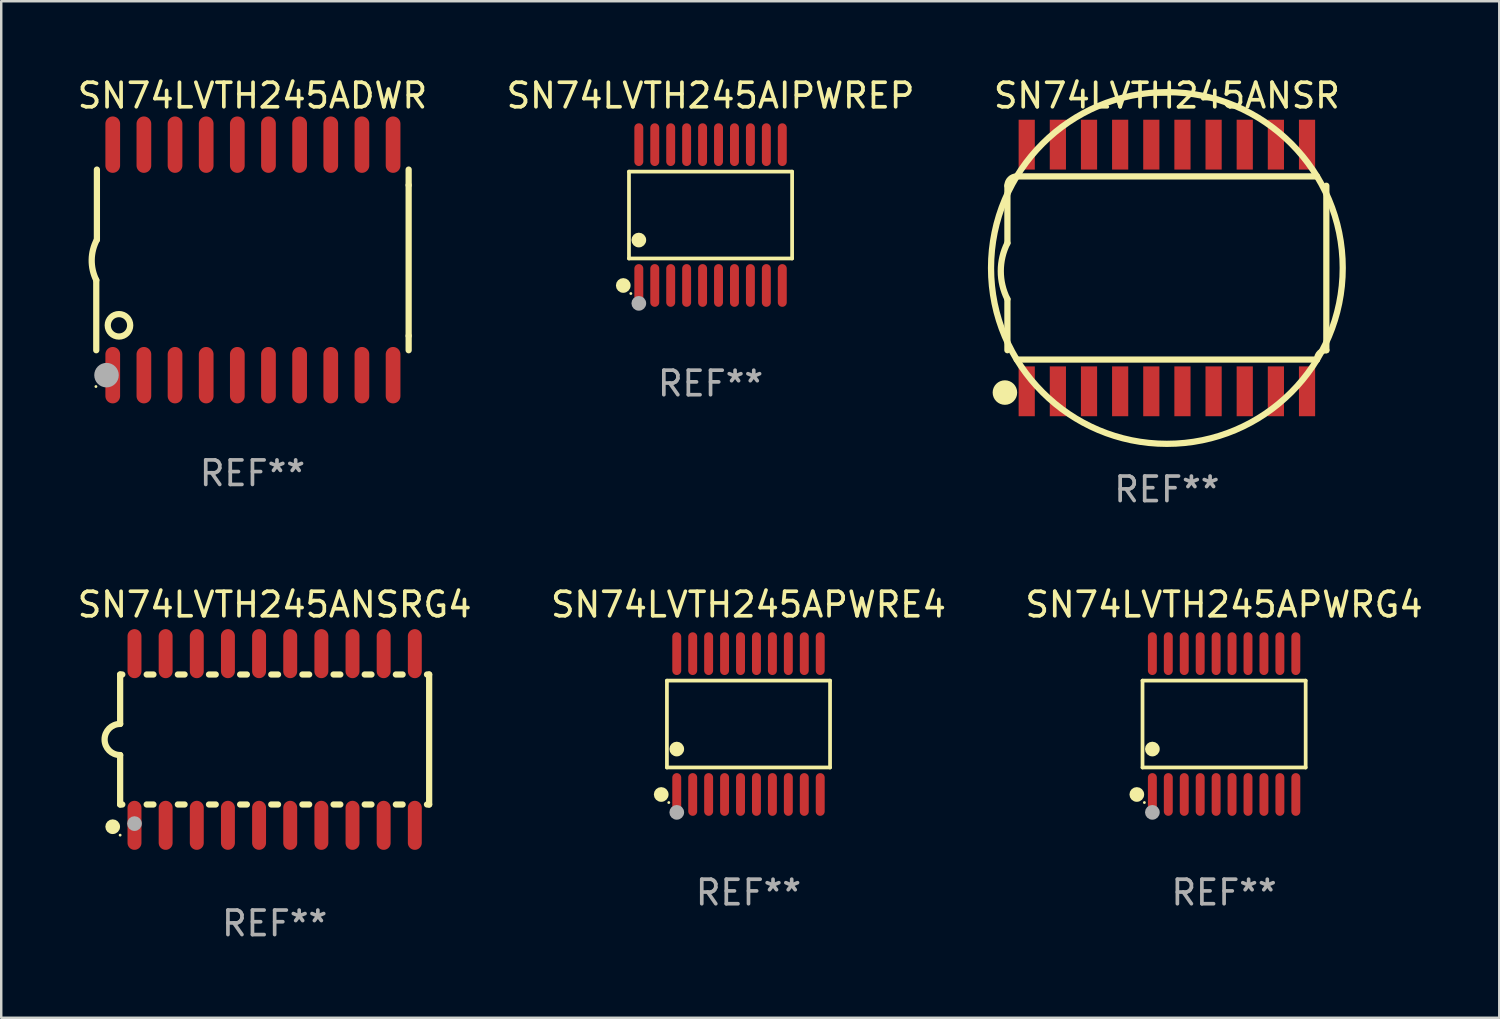
<source format=kicad_pcb>
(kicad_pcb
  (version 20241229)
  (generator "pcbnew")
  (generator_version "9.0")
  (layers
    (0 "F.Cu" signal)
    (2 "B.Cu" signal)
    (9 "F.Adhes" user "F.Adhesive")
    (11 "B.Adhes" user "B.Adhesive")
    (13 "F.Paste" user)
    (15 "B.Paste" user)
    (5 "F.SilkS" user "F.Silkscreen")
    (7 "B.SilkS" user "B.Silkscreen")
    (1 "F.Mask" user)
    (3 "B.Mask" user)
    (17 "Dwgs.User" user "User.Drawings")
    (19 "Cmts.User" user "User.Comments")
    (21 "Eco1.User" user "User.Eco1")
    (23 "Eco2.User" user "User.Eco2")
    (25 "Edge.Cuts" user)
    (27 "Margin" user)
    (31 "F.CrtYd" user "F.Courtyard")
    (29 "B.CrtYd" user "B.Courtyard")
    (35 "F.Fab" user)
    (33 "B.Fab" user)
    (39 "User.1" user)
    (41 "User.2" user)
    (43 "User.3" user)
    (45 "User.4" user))
  (footprint "SN74LVTH245ANSRG4"
    (layer "F.Cu")
    (at 8.149 27.103)
    (property "Reference" "SN74LVTH245ANSRG4" (at 0 -5.5 0) (layer "F.SilkS") (effects (font (size 1 1) (thickness 0.15))))
    (attr through_hole)
    (fp_line (start -6.3 -2.65) (end -6.3 -0.635) (stroke (width 0.254) (type solid)) (layer "F.SilkS"))
    (fp_line (start -6.3 -2.65) (end -6.212 -2.65) (stroke (width 0.254) (type solid)) (layer "F.SilkS"))
    (fp_line (start -6.3 2.65) (end -6.3 0.635) (stroke (width 0.254) (type solid)) (layer "F.SilkS"))
    (fp_line (start -6.3 2.65) (end -6.212 2.65) (stroke (width 0.254) (type solid)) (layer "F.SilkS"))
    (fp_line (start -5.218 -2.65) (end -4.942 -2.65) (stroke (width 0.254) (type solid)) (layer "F.SilkS"))
    (fp_line (start -5.218 2.65) (end -4.942 2.65) (stroke (width 0.254) (type solid)) (layer "F.SilkS"))
    (fp_line (start -3.948 -2.65) (end -3.672 -2.65) (stroke (width 0.254) (type solid)) (layer "F.SilkS"))
    (fp_line (start -3.948 2.65) (end -3.672 2.65) (stroke (width 0.254) (type solid)) (layer "F.SilkS"))
    (fp_line (start -2.678 -2.65) (end -2.402 -2.65) (stroke (width 0.254) (type solid)) (layer "F.SilkS"))
    (fp_line (start -2.678 2.65) (end -2.402 2.65) (stroke (width 0.254) (type solid)) (layer "F.SilkS"))
    (fp_line (start -1.408 -2.65) (end -1.132 -2.65) (stroke (width 0.254) (type solid)) (layer "F.SilkS"))
    (fp_line (start -1.408 2.65) (end -1.132 2.65) (stroke (width 0.254) (type solid)) (layer "F.SilkS"))
    (fp_line (start -0.138 -2.65) (end 0.138 -2.65) (stroke (width 0.254) (type solid)) (layer "F.SilkS"))
    (fp_line (start -0.138 2.65) (end 0.138 2.65) (stroke (width 0.254) (type solid)) (layer "F.SilkS"))
    (fp_line (start 1.132 -2.65) (end 1.408 -2.65) (stroke (width 0.254) (type solid)) (layer "F.SilkS"))
    (fp_line (start 1.132 2.65) (end 1.408 2.65) (stroke (width 0.254) (type solid)) (layer "F.SilkS"))
    (fp_line (start 2.402 -2.65) (end 2.678 -2.65) (stroke (width 0.254) (type solid)) (layer "F.SilkS"))
    (fp_line (start 2.402 2.65) (end 2.678 2.65) (stroke (width 0.254) (type solid)) (layer "F.SilkS"))
    (fp_line (start 3.672 -2.65) (end 3.948 -2.65) (stroke (width 0.254) (type solid)) (layer "F.SilkS"))
    (fp_line (start 3.672 2.65) (end 3.948 2.65) (stroke (width 0.254) (type solid)) (layer "F.SilkS"))
    (fp_line (start 4.942 -2.65) (end 5.218 -2.65) (stroke (width 0.254) (type solid)) (layer "F.SilkS"))
    (fp_line (start 4.942 2.65) (end 5.218 2.65) (stroke (width 0.254) (type solid)) (layer "F.SilkS"))
    (fp_line (start 6.212 -2.65) (end 6.3 -2.65) (stroke (width 0.254) (type solid)) (layer "F.SilkS"))
    (fp_line (start 6.212 2.65) (end 6.3 2.65) (stroke (width 0.254) (type solid)) (layer "F.SilkS"))
    (fp_line (start 6.3 -2.65) (end 6.3 2.65) (stroke (width 0.254) (type solid)) (layer "F.SilkS"))
    (fp_arc (start -6.299975 0.634874) (mid -6.933579 0.000127) (end -6.299213 -0.633858) (stroke (width 0.254001) (type solid)) (layer "F.SilkS"))
    (fp_circle (center -6.604 3.556) (end -6.454 3.556) (stroke (width 0.3) (type solid)) (fill no) (layer "F.SilkS"))
    (fp_circle (center -6.3 3.9) (end -6.27 3.9) (stroke (width 0.06) (type solid)) (fill no) (layer "F.SilkS"))
    (fp_circle (center -5.715 3.429) (end -5.565 3.429) (stroke (width 0.3) (type solid)) (fill no) (layer "F.Fab"))
    (fp_text user "REF**" (at 0 7.5 0) (layer "F.Fab") (effects (font (size 1 1) (thickness 0.15))))
    (pad "1" smd oval (at -5.715 3.5) (size 0.568 2) (layers "F.Cu" "F.Mask" "F.Paste"))
    (pad "2" smd oval (at -4.445 3.5) (size 0.568 2) (layers "F.Cu" "F.Mask" "F.Paste"))
    (pad "3" smd oval (at -3.175 3.5) (size 0.568 2) (layers "F.Cu" "F.Mask" "F.Paste"))
    (pad "4" smd oval (at -1.905 3.5) (size 0.568 2) (layers "F.Cu" "F.Mask" "F.Paste"))
    (pad "5" smd oval (at -0.635 3.5) (size 0.568 2) (layers "F.Cu" "F.Mask" "F.Paste"))
    (pad "6" smd oval (at 0.635 3.5) (size 0.568 2) (layers "F.Cu" "F.Mask" "F.Paste"))
    (pad "7" smd oval (at 1.905 3.5) (size 0.568 2) (layers "F.Cu" "F.Mask" "F.Paste"))
    (pad "8" smd oval (at 3.175 3.5) (size 0.568 2) (layers "F.Cu" "F.Mask" "F.Paste"))
    (pad "9" smd oval (at 4.445 3.5) (size 0.568 2) (layers "F.Cu" "F.Mask" "F.Paste"))
    (pad "10" smd oval (at 5.715 3.5) (size 0.568 2) (layers "F.Cu" "F.Mask" "F.Paste"))
    (pad "11" smd oval (at 5.715 -3.5) (size 0.568 2) (layers "F.Cu" "F.Mask" "F.Paste"))
    (pad "12" smd oval (at 4.445 -3.5) (size 0.568 2) (layers "F.Cu" "F.Mask" "F.Paste"))
    (pad "13" smd oval (at 3.175 -3.5) (size 0.568 2) (layers "F.Cu" "F.Mask" "F.Paste"))
    (pad "14" smd oval (at 1.905 -3.5) (size 0.568 2) (layers "F.Cu" "F.Mask" "F.Paste"))
    (pad "15" smd oval (at 0.635 -3.5) (size 0.568 2) (layers "F.Cu" "F.Mask" "F.Paste"))
    (pad "16" smd oval (at -0.635 -3.5) (size 0.568 2) (layers "F.Cu" "F.Mask" "F.Paste"))
    (pad "17" smd oval (at -1.905 -3.5) (size 0.568 2) (layers "F.Cu" "F.Mask" "F.Paste"))
    (pad "18" smd oval (at -3.175 -3.5) (size 0.568 2) (layers "F.Cu" "F.Mask" "F.Paste"))
    (pad "19" smd oval (at -4.445 -3.5) (size 0.568 2) (layers "F.Cu" "F.Mask" "F.Paste"))
    (pad "20" smd oval (at -5.715 -3.5) (size 0.568 2) (layers "F.Cu" "F.Mask" "F.Paste")))
  (footprint "SN74LVTH245APWRE4"
    (layer "F.Cu")
    (at 27.47 26.474)
    (property "Reference" "SN74LVTH245APWRE4" (at 0 -4.871 0) (layer "F.SilkS") (effects (font (size 1 1) (thickness 0.15))))
    (attr through_hole)
    (fp_line (start -3.326 -1.771) (end 3.326 -1.771) (stroke (width 0.152) (type solid)) (layer "F.SilkS"))
    (fp_line (start -3.326 1.771) (end -3.326 -1.771) (stroke (width 0.152) (type solid)) (layer "F.SilkS"))
    (fp_line (start 3.326 -1.771) (end 3.326 1.771) (stroke (width 0.152) (type solid)) (layer "F.SilkS"))
    (fp_line (start 3.326 1.771) (end -3.326 1.771) (stroke (width 0.152) (type solid)) (layer "F.SilkS"))
    (fp_circle (center -3.559 2.871) (end -3.409 2.871) (stroke (width 0.3) (type solid)) (fill no) (layer "F.SilkS"))
    (fp_circle (center -3.25 3.2) (end -3.22 3.2) (stroke (width 0.06) (type solid)) (fill no) (layer "F.SilkS"))
    (fp_circle (center -2.925 1.019) (end -2.775 1.019) (stroke (width 0.3) (type solid)) (fill no) (layer "F.SilkS"))
    (fp_circle (center -2.925 3.6) (end -2.775 3.6) (stroke (width 0.3) (type solid)) (fill no) (layer "F.Fab"))
    (fp_text user "REF**" (at 0 6.871 0) (layer "F.Fab") (effects (font (size 1 1) (thickness 0.15))))
    (pad "1" smd oval (at -2.925 2.871) (size 0.364 1.742) (layers "F.Cu" "F.Mask" "F.Paste"))
    (pad "2" smd oval (at -2.275 2.871) (size 0.364 1.742) (layers "F.Cu" "F.Mask" "F.Paste"))
    (pad "3" smd oval (at -1.625 2.871) (size 0.364 1.742) (layers "F.Cu" "F.Mask" "F.Paste"))
    (pad "4" smd oval (at -0.975 2.871) (size 0.364 1.742) (layers "F.Cu" "F.Mask" "F.Paste"))
    (pad "5" smd oval (at -0.325 2.871) (size 0.364 1.742) (layers "F.Cu" "F.Mask" "F.Paste"))
    (pad "6" smd oval (at 0.325 2.871) (size 0.364 1.742) (layers "F.Cu" "F.Mask" "F.Paste"))
    (pad "7" smd oval (at 0.975 2.871) (size 0.364 1.742) (layers "F.Cu" "F.Mask" "F.Paste"))
    (pad "8" smd oval (at 1.625 2.871) (size 0.364 1.742) (layers "F.Cu" "F.Mask" "F.Paste"))
    (pad "9" smd oval (at 2.275 2.871) (size 0.364 1.742) (layers "F.Cu" "F.Mask" "F.Paste"))
    (pad "10" smd oval (at 2.925 2.871) (size 0.364 1.742) (layers "F.Cu" "F.Mask" "F.Paste"))
    (pad "11" smd oval (at 2.925 -2.871) (size 0.364 1.742) (layers "F.Cu" "F.Mask" "F.Paste"))
    (pad "12" smd oval (at 2.275 -2.871) (size 0.364 1.742) (layers "F.Cu" "F.Mask" "F.Paste"))
    (pad "13" smd oval (at 1.625 -2.871) (size 0.364 1.742) (layers "F.Cu" "F.Mask" "F.Paste"))
    (pad "14" smd oval (at 0.975 -2.871) (size 0.364 1.742) (layers "F.Cu" "F.Mask" "F.Paste"))
    (pad "15" smd oval (at 0.325 -2.871) (size 0.364 1.742) (layers "F.Cu" "F.Mask" "F.Paste"))
    (pad "16" smd oval (at -0.325 -2.871) (size 0.364 1.742) (layers "F.Cu" "F.Mask" "F.Paste"))
    (pad "17" smd oval (at -0.975 -2.871) (size 0.364 1.742) (layers "F.Cu" "F.Mask" "F.Paste"))
    (pad "18" smd oval (at -1.625 -2.871) (size 0.364 1.742) (layers "F.Cu" "F.Mask" "F.Paste"))
    (pad "19" smd oval (at -2.275 -2.871) (size 0.364 1.742) (layers "F.Cu" "F.Mask" "F.Paste"))
    (pad "20" smd oval (at -2.925 -2.871) (size 0.364 1.742) (layers "F.Cu" "F.Mask" "F.Paste")))
  (footprint "SN74LVTH245APWRG4"
    (layer "F.Cu")
    (at 46.863 26.474)
    (property "Reference" "SN74LVTH245APWRG4" (at 0 -4.871 0) (layer "F.SilkS") (effects (font (size 1 1) (thickness 0.15))))
    (attr through_hole)
    (fp_line (start -3.326 -1.771) (end 3.326 -1.771) (stroke (width 0.152) (type solid)) (layer "F.SilkS"))
    (fp_line (start -3.326 1.771) (end -3.326 -1.771) (stroke (width 0.152) (type solid)) (layer "F.SilkS"))
    (fp_line (start 3.326 -1.771) (end 3.326 1.771) (stroke (width 0.152) (type solid)) (layer "F.SilkS"))
    (fp_line (start 3.326 1.771) (end -3.326 1.771) (stroke (width 0.152) (type solid)) (layer "F.SilkS"))
    (fp_circle (center -3.559 2.871) (end -3.409 2.871) (stroke (width 0.3) (type solid)) (fill no) (layer "F.SilkS"))
    (fp_circle (center -3.25 3.2) (end -3.22 3.2) (stroke (width 0.06) (type solid)) (fill no) (layer "F.SilkS"))
    (fp_circle (center -2.925 1.019) (end -2.775 1.019) (stroke (width 0.3) (type solid)) (fill no) (layer "F.SilkS"))
    (fp_circle (center -2.925 3.6) (end -2.775 3.6) (stroke (width 0.3) (type solid)) (fill no) (layer "F.Fab"))
    (fp_text user "REF**" (at 0 6.871 0) (layer "F.Fab") (effects (font (size 1 1) (thickness 0.15))))
    (pad "1" smd oval (at -2.925 2.871) (size 0.364 1.742) (layers "F.Cu" "F.Mask" "F.Paste"))
    (pad "2" smd oval (at -2.275 2.871) (size 0.364 1.742) (layers "F.Cu" "F.Mask" "F.Paste"))
    (pad "3" smd oval (at -1.625 2.871) (size 0.364 1.742) (layers "F.Cu" "F.Mask" "F.Paste"))
    (pad "4" smd oval (at -0.975 2.871) (size 0.364 1.742) (layers "F.Cu" "F.Mask" "F.Paste"))
    (pad "5" smd oval (at -0.325 2.871) (size 0.364 1.742) (layers "F.Cu" "F.Mask" "F.Paste"))
    (pad "6" smd oval (at 0.325 2.871) (size 0.364 1.742) (layers "F.Cu" "F.Mask" "F.Paste"))
    (pad "7" smd oval (at 0.975 2.871) (size 0.364 1.742) (layers "F.Cu" "F.Mask" "F.Paste"))
    (pad "8" smd oval (at 1.625 2.871) (size 0.364 1.742) (layers "F.Cu" "F.Mask" "F.Paste"))
    (pad "9" smd oval (at 2.275 2.871) (size 0.364 1.742) (layers "F.Cu" "F.Mask" "F.Paste"))
    (pad "10" smd oval (at 2.925 2.871) (size 0.364 1.742) (layers "F.Cu" "F.Mask" "F.Paste"))
    (pad "11" smd oval (at 2.925 -2.871) (size 0.364 1.742) (layers "F.Cu" "F.Mask" "F.Paste"))
    (pad "12" smd oval (at 2.275 -2.871) (size 0.364 1.742) (layers "F.Cu" "F.Mask" "F.Paste"))
    (pad "13" smd oval (at 1.625 -2.871) (size 0.364 1.742) (layers "F.Cu" "F.Mask" "F.Paste"))
    (pad "14" smd oval (at 0.975 -2.871) (size 0.364 1.742) (layers "F.Cu" "F.Mask" "F.Paste"))
    (pad "15" smd oval (at 0.325 -2.871) (size 0.364 1.742) (layers "F.Cu" "F.Mask" "F.Paste"))
    (pad "16" smd oval (at -0.325 -2.871) (size 0.364 1.742) (layers "F.Cu" "F.Mask" "F.Paste"))
    (pad "17" smd oval (at -0.975 -2.871) (size 0.364 1.742) (layers "F.Cu" "F.Mask" "F.Paste"))
    (pad "18" smd oval (at -1.625 -2.871) (size 0.364 1.742) (layers "F.Cu" "F.Mask" "F.Paste"))
    (pad "19" smd oval (at -2.275 -2.871) (size 0.364 1.742) (layers "F.Cu" "F.Mask" "F.Paste"))
    (pad "20" smd oval (at -2.925 -2.871) (size 0.364 1.742) (layers "F.Cu" "F.Mask" "F.Paste")))
  (footprint "SN74LVTH245AIPWREP"
    (layer "F.Cu")
    (at 25.923 5.719)
    (property "Reference" "SN74LVTH245AIPWREP" (at 0 -4.871 0) (layer "F.SilkS") (effects (font (size 1 1) (thickness 0.15))))
    (attr through_hole)
    (fp_line (start -3.326 -1.771) (end 3.326 -1.771) (stroke (width 0.152) (type solid)) (layer "F.SilkS"))
    (fp_line (start -3.326 1.771) (end -3.326 -1.771) (stroke (width 0.152) (type solid)) (layer "F.SilkS"))
    (fp_line (start 3.326 -1.771) (end 3.326 1.771) (stroke (width 0.152) (type solid)) (layer "F.SilkS"))
    (fp_line (start 3.326 1.771) (end -3.326 1.771) (stroke (width 0.152) (type solid)) (layer "F.SilkS"))
    (fp_circle (center -3.559 2.871) (end -3.409 2.871) (stroke (width 0.3) (type solid)) (fill no) (layer "F.SilkS"))
    (fp_circle (center -3.25 3.2) (end -3.22 3.2) (stroke (width 0.06) (type solid)) (fill no) (layer "F.SilkS"))
    (fp_circle (center -2.925 1.019) (end -2.775 1.019) (stroke (width 0.3) (type solid)) (fill no) (layer "F.SilkS"))
    (fp_circle (center -2.925 3.6) (end -2.775 3.6) (stroke (width 0.3) (type solid)) (fill no) (layer "F.Fab"))
    (fp_text user "REF**" (at 0 6.871 0) (layer "F.Fab") (effects (font (size 1 1) (thickness 0.15))))
    (pad "1" smd oval (at -2.925 2.871) (size 0.364 1.742) (layers "F.Cu" "F.Mask" "F.Paste"))
    (pad "2" smd oval (at -2.275 2.871) (size 0.364 1.742) (layers "F.Cu" "F.Mask" "F.Paste"))
    (pad "3" smd oval (at -1.625 2.871) (size 0.364 1.742) (layers "F.Cu" "F.Mask" "F.Paste"))
    (pad "4" smd oval (at -0.975 2.871) (size 0.364 1.742) (layers "F.Cu" "F.Mask" "F.Paste"))
    (pad "5" smd oval (at -0.325 2.871) (size 0.364 1.742) (layers "F.Cu" "F.Mask" "F.Paste"))
    (pad "6" smd oval (at 0.325 2.871) (size 0.364 1.742) (layers "F.Cu" "F.Mask" "F.Paste"))
    (pad "7" smd oval (at 0.975 2.871) (size 0.364 1.742) (layers "F.Cu" "F.Mask" "F.Paste"))
    (pad "8" smd oval (at 1.625 2.871) (size 0.364 1.742) (layers "F.Cu" "F.Mask" "F.Paste"))
    (pad "9" smd oval (at 2.275 2.871) (size 0.364 1.742) (layers "F.Cu" "F.Mask" "F.Paste"))
    (pad "10" smd oval (at 2.925 2.871) (size 0.364 1.742) (layers "F.Cu" "F.Mask" "F.Paste"))
    (pad "11" smd oval (at 2.925 -2.871) (size 0.364 1.742) (layers "F.Cu" "F.Mask" "F.Paste"))
    (pad "12" smd oval (at 2.275 -2.871) (size 0.364 1.742) (layers "F.Cu" "F.Mask" "F.Paste"))
    (pad "13" smd oval (at 1.625 -2.871) (size 0.364 1.742) (layers "F.Cu" "F.Mask" "F.Paste"))
    (pad "14" smd oval (at 0.975 -2.871) (size 0.364 1.742) (layers "F.Cu" "F.Mask" "F.Paste"))
    (pad "15" smd oval (at 0.325 -2.871) (size 0.364 1.742) (layers "F.Cu" "F.Mask" "F.Paste"))
    (pad "16" smd oval (at -0.325 -2.871) (size 0.364 1.742) (layers "F.Cu" "F.Mask" "F.Paste"))
    (pad "17" smd oval (at -0.975 -2.871) (size 0.364 1.742) (layers "F.Cu" "F.Mask" "F.Paste"))
    (pad "18" smd oval (at -1.625 -2.871) (size 0.364 1.742) (layers "F.Cu" "F.Mask" "F.Paste"))
    (pad "19" smd oval (at -2.275 -2.871) (size 0.364 1.742) (layers "F.Cu" "F.Mask" "F.Paste"))
    (pad "20" smd oval (at -2.925 -2.871) (size 0.364 1.742) (layers "F.Cu" "F.Mask" "F.Paste")))
  (footprint "SN74LVTH245ANSR"
    (layer "F.Cu")
    (at 44.53 7.877)
    (property "Reference" "SN74LVTH245ANSR" (at 0 -7.029 0) (layer "F.SilkS") (effects (font (size 1 1) (thickness 0.15))))
    (attr through_hole)
    (fp_line (start -6.502 -3.353) (end -6.502 -1.016) (stroke (width 0.254) (type solid)) (layer "F.SilkS"))
    (fp_line (start -6.502 3.353) (end -6.502 1.27) (stroke (width 0.254) (type solid)) (layer "F.SilkS"))
    (fp_line (start -6.121 3.734) (end 6.121 3.734) (stroke (width 0.254) (type solid)) (layer "F.SilkS"))
    (fp_line (start 6.121 -3.734) (end -6.121 -3.734) (stroke (width 0.254) (type solid)) (layer "F.SilkS"))
    (fp_line (start 6.502 3.353) (end 6.502 -3.353) (stroke (width 0.254) (type solid)) (layer "F.SilkS"))
    (fp_arc (start -6.502413 -3.352781) (mid -6.390821 -3.622189) (end -6.121413 -3.733782) (stroke (width 0.254001) (type solid)) (layer "F.SilkS"))
    (fp_arc (start -6.502413 1.270003) (mid -6.77224 0.127) (end -6.502413 -1.016002) (stroke (width 0.254001) (type solid)) (layer "F.SilkS"))
    (fp_arc (start 6.121387 -3.733782) (mid -6.121409 3.733804) (end 6.121387 -3.733782) (stroke (width 0.254001) (type solid)) (layer "F.SilkS"))
    (fp_arc (start 6.121387 3.733807) (mid 6.23298 3.464399) (end 6.502388 3.352807) (stroke (width 0.254001) (type solid)) (layer "F.SilkS"))
    (fp_circle (center -6.604 5.08) (end -6.354 5.08) (stroke (width 0.5) (type solid)) (fill no) (layer "F.SilkS"))
    (fp_circle (center -6.4 5.15) (end -6.3 5.15) (stroke (width 0.2) (type solid)) (fill no) (layer "F.SilkS"))
    (fp_text user "REF**" (at 0 9.029 0) (layer "F.Fab") (effects (font (size 1 1) (thickness 0.15))))
    (pad "1" smd rect (at -5.715 5.029) (size 0.66 2.032) (layers "F.Cu" "F.Mask" "F.Paste"))
    (pad "2" smd rect (at -4.445 5.029) (size 0.66 2.032) (layers "F.Cu" "F.Mask" "F.Paste"))
    (pad "3" smd rect (at -3.175 5.029) (size 0.66 2.032) (layers "F.Cu" "F.Mask" "F.Paste"))
    (pad "4" smd rect (at -1.905 5.029) (size 0.66 2.032) (layers "F.Cu" "F.Mask" "F.Paste"))
    (pad "5" smd rect (at -0.635 5.029) (size 0.66 2.032) (layers "F.Cu" "F.Mask" "F.Paste"))
    (pad "6" smd rect (at 0.635 5.029) (size 0.66 2.032) (layers "F.Cu" "F.Mask" "F.Paste"))
    (pad "7" smd rect (at 1.905 5.029) (size 0.66 2.032) (layers "F.Cu" "F.Mask" "F.Paste"))
    (pad "8" smd rect (at 3.175 5.029) (size 0.66 2.032) (layers "F.Cu" "F.Mask" "F.Paste"))
    (pad "9" smd rect (at 4.445 5.029) (size 0.66 2.032) (layers "F.Cu" "F.Mask" "F.Paste"))
    (pad "10" smd rect (at 5.715 5.029) (size 0.66 2.032) (layers "F.Cu" "F.Mask" "F.Paste"))
    (pad "11" smd rect (at 5.715 -5.029) (size 0.66 2.032) (layers "F.Cu" "F.Mask" "F.Paste"))
    (pad "12" smd rect (at 4.445 -5.029) (size 0.66 2.032) (layers "F.Cu" "F.Mask" "F.Paste"))
    (pad "13" smd rect (at 3.175 -5.029) (size 0.66 2.032) (layers "F.Cu" "F.Mask" "F.Paste"))
    (pad "14" smd rect (at 1.905 -5.029) (size 0.66 2.032) (layers "F.Cu" "F.Mask" "F.Paste"))
    (pad "15" smd rect (at 0.635 -5.029) (size 0.66 2.032) (layers "F.Cu" "F.Mask" "F.Paste"))
    (pad "16" smd rect (at -0.635 -5.029) (size 0.66 2.032) (layers "F.Cu" "F.Mask" "F.Paste"))
    (pad "17" smd rect (at -1.905 -5.029) (size 0.66 2.032) (layers "F.Cu" "F.Mask" "F.Paste"))
    (pad "18" smd rect (at -3.175 -5.029) (size 0.66 2.032) (layers "F.Cu" "F.Mask" "F.Paste"))
    (pad "19" smd rect (at -4.445 -5.029) (size 0.66 2.032) (layers "F.Cu" "F.Mask" "F.Paste"))
    (pad "20" smd rect (at -5.715 -5.029) (size 0.66 2.032) (layers "F.Cu" "F.Mask" "F.Paste")))
  (footprint "SN74LVTH245ADWR"
    (layer "F.Cu")
    (at 7.244 7.548)
    (property "Reference" "SN74LVTH245ADWR" (at 0 -6.7 0) (layer "F.SilkS") (effects (font (size 1 1) (thickness 0.15))))
    (attr through_hole)
    (fp_line (start -6.369 0.826) (end -6.369 3.683) (stroke (width 0.254) (type solid)) (layer "F.SilkS"))
    (fp_line (start -6.343 -0.825) (end -6.343 -3.683) (stroke (width 0.254) (type solid)) (layer "F.SilkS"))
    (fp_line (start 6.369 -3.048) (end 6.369 -3.683) (stroke (width 0.254) (type solid)) (layer "F.SilkS"))
    (fp_line (start 6.369 -3.048) (end 6.369 3.096) (stroke (width 0.254) (type solid)) (layer "F.SilkS"))
    (fp_line (start 6.369 3.096) (end 6.369 3.683) (stroke (width 0.254) (type solid)) (layer "F.SilkS"))
    (fp_arc (start -6.36853 0.825552) (mid -6.554743 -0.00301) (end -6.343129 -0.825451) (stroke (width 0.254001) (type solid)) (layer "F.SilkS"))
    (fp_circle (center -6.382 5.163) (end -6.352 5.163) (stroke (width 0.06) (type solid)) (fill no) (layer "F.SilkS"))
    (fp_circle (center -5.443 2.667) (end -4.985 2.667) (stroke (width 0.254) (type solid)) (fill no) (layer "F.SilkS"))
    (fp_circle (center -5.951 4.699) (end -5.701 4.699) (stroke (width 0.5) (type solid)) (fill no) (layer "F.Fab"))
    (fp_text user "REF**" (at 0 8.7 0) (layer "F.Fab") (effects (font (size 1 1) (thickness 0.15))))
    (pad "1" smd oval (at -5.697 4.7 180) (size 0.6 2.3) (layers "F.Cu" "F.Mask" "F.Paste"))
    (pad "2" smd oval (at -4.427 4.7 180) (size 0.6 2.3) (layers "F.Cu" "F.Mask" "F.Paste"))
    (pad "3" smd oval (at -3.157 4.7 180) (size 0.6 2.3) (layers "F.Cu" "F.Mask" "F.Paste"))
    (pad "4" smd oval (at -1.887 4.7 180) (size 0.6 2.3) (layers "F.Cu" "F.Mask" "F.Paste"))
    (pad "5" smd oval (at -0.617 4.7 180) (size 0.6 2.3) (layers "F.Cu" "F.Mask" "F.Paste"))
    (pad "6" smd oval (at 0.653 4.7 180) (size 0.6 2.3) (layers "F.Cu" "F.Mask" "F.Paste"))
    (pad "7" smd oval (at 1.923 4.7 180) (size 0.6 2.3) (layers "F.Cu" "F.Mask" "F.Paste"))
    (pad "8" smd oval (at 3.193 4.7 180) (size 0.6 2.3) (layers "F.Cu" "F.Mask" "F.Paste"))
    (pad "9" smd oval (at 4.463 4.7 180) (size 0.6 2.3) (layers "F.Cu" "F.Mask" "F.Paste"))
    (pad "10" smd oval (at 5.734 4.7 180) (size 0.6 2.3) (layers "F.Cu" "F.Mask" "F.Paste"))
    (pad "11" smd oval (at 5.734 -4.7 180) (size 0.6 2.3) (layers "F.Cu" "F.Mask" "F.Paste"))
    (pad "12" smd oval (at 4.463 -4.7 180) (size 0.6 2.3) (layers "F.Cu" "F.Mask" "F.Paste"))
    (pad "13" smd oval (at 3.193 -4.7 180) (size 0.6 2.3) (layers "F.Cu" "F.Mask" "F.Paste"))
    (pad "14" smd oval (at 1.923 -4.7 180) (size 0.6 2.3) (layers "F.Cu" "F.Mask" "F.Paste"))
    (pad "15" smd oval (at 0.653 -4.7 180) (size 0.6 2.3) (layers "F.Cu" "F.Mask" "F.Paste"))
    (pad "16" smd oval (at -0.617 -4.7 180) (size 0.6 2.3) (layers "F.Cu" "F.Mask" "F.Paste"))
    (pad "17" smd oval (at -1.887 -4.7 180) (size 0.6 2.3) (layers "F.Cu" "F.Mask" "F.Paste"))
    (pad "18" smd oval (at -3.157 -4.7 180) (size 0.6 2.3) (layers "F.Cu" "F.Mask" "F.Paste"))
    (pad "19" smd oval (at -4.427 -4.7 180) (size 0.6 2.3) (layers "F.Cu" "F.Mask" "F.Paste"))
    (pad "20" smd oval (at -5.697 -4.7 180) (size 0.6 2.3) (layers "F.Cu" "F.Mask" "F.Paste")))
  (gr_rect
    (start -3 -3)
    (end 58.083 38.451)
    (stroke (width 0.1) (type default))
    (fill no)
    (layer "Edge.Cuts")))
</source>
